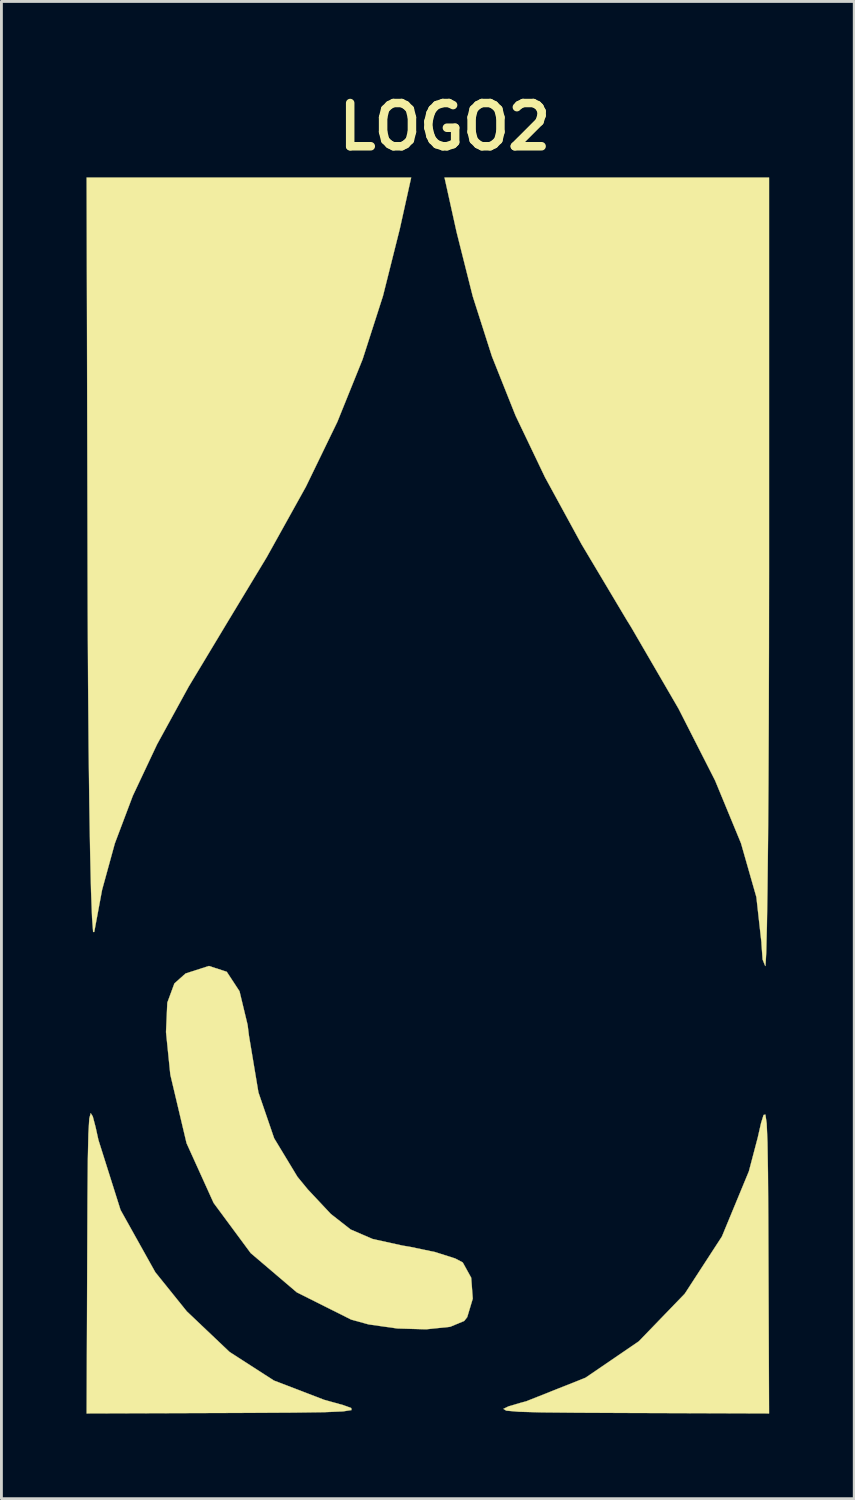
<source format=kicad_pcb>
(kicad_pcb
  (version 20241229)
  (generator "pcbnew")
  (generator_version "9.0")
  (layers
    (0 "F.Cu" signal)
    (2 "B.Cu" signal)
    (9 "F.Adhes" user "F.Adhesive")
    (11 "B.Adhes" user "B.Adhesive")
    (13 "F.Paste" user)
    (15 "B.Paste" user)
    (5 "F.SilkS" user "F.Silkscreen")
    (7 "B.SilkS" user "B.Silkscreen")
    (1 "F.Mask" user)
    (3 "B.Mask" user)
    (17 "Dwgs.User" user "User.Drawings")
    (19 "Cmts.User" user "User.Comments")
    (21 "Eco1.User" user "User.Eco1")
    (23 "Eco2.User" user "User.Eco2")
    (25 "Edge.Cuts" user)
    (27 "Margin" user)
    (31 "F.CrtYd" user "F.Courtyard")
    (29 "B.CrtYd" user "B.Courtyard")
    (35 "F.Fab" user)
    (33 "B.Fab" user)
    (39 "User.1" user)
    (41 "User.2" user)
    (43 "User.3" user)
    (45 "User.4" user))
  (footprint "LOGO2"
    (layer "F.Cu")
    (at 12.037 24.868)
    (property "Reference" "LOGO2" (at 0.6 -23.45 0) (layer "F.SilkS") (effects (font (size 1.524 1.524) (thickness 0.3))))
    (attr through_hole)
    (fp_poly (pts (xy -0.988 -19.852) (xy -1.583 -17.48) (xy -2.301 -15.247) (xy -3.191 -13.043) (xy -4.301 -10.754) (xy -5.682 -8.27) (xy -7.012 -6.069) (xy -8.432 -3.709) (xy -9.55 -1.668) (xy -10.405 0.146) (xy -11.038 1.824) (xy -11.487 3.459) (xy -11.764 4.946) (xy -11.803 4.946) (xy -11.84 4.454) (xy -11.876 3.515) (xy -11.908 2.171) (xy -11.937 0.466) (xy -11.962 -1.558) (xy -11.981 -3.855) (xy -11.994 -6.384) (xy -11.998 -7.687) (xy -12.032 -21.657) (xy -0.588 -21.657) (xy -0.988 -19.852)) (stroke (width 0.01) (type solid)) (fill yes) (layer "F.SilkS"))
    (fp_poly (pts (xy 11.948 11.693) (xy 11.977 12.366) (xy 11.994 13.451) (xy 12.005 14.995) (xy 12.01 16.243) (xy 12.032 21.924) (xy 7.018 21.907) (xy 5.278 21.899) (xy 4.022 21.887) (xy 3.201 21.864) (xy 2.765 21.825) (xy 2.663 21.763) (xy 2.846 21.674) (xy 3.264 21.551) (xy 3.469 21.496) (xy 5.559 20.665) (xy 7.439 19.381) (xy 9.06 17.702) (xy 10.37 15.685) (xy 11.32 13.388) (xy 11.633 12.199) (xy 11.75 11.685) (xy 11.839 11.399) (xy 11.903 11.386) (xy 11.948 11.693)) (stroke (width 0.01) (type solid)) (fill yes) (layer "F.SilkS"))
    (fp_poly (pts (xy -11.816 11.451) (xy -11.717 11.825) (xy -11.616 12.283) (xy -10.837 14.748) (xy -9.612 16.943) (xy -8.501 18.324) (xy -6.991 19.757) (xy -5.428 20.764) (xy -3.653 21.445) (xy -3.469 21.496) (xy -2.977 21.633) (xy -2.701 21.734) (xy -2.691 21.805) (xy -2.997 21.852) (xy -3.669 21.88) (xy -4.758 21.895) (xy -6.313 21.904) (xy -7.018 21.907) (xy -12.032 21.924) (xy -12.01 16.243) (xy -12.002 14.376) (xy -11.99 12.997) (xy -11.97 12.062) (xy -11.938 11.523) (xy -11.888 11.335) (xy -11.816 11.451)) (stroke (width 0.01) (type solid)) (fill yes) (layer "F.SilkS"))
    (fp_poly (pts (xy 12.032 -7.754) (xy 12.029 -5.083) (xy 12.022 -2.582) (xy 12.011 -0.298) (xy 11.996 1.718) (xy 11.977 3.417) (xy 11.956 4.748) (xy 11.933 5.663) (xy 11.908 6.112) (xy 11.898 6.149) (xy 11.805 5.916) (xy 11.764 5.351) (xy 11.764 5.319) (xy 11.585 3.714) (xy 11.043 1.817) (xy 10.131 -0.391) (xy 8.841 -2.927) (xy 7.167 -5.807) (xy 7.007 -6.066) (xy 5.42 -8.727) (xy 4.132 -11.088) (xy 3.094 -13.26) (xy 2.261 -15.35) (xy 1.584 -17.468) (xy 1.017 -19.722) (xy 0.988 -19.852) (xy 0.588 -21.657) (xy 12.032 -21.657) (xy 12.032 -7.754)) (stroke (width 0.01) (type solid)) (fill yes) (layer "F.SilkS"))
    (fp_poly (pts (xy -7.091 6.35) (xy -6.641 7.037) (xy -6.356 8.222) (xy -6.308 8.605) (xy -5.974 10.604) (xy -5.42 12.221) (xy -4.598 13.58) (xy -4.236 14.021) (xy -3.42 14.891) (xy -2.722 15.438) (xy -1.946 15.773) (xy -0.897 16.004) (xy -0.628 16.049) (xy 0.264 16.236) (xy 0.967 16.46) (xy 1.231 16.6) (xy 1.529 17.139) (xy 1.584 17.876) (xy 1.388 18.529) (xy 1.283 18.662) (xy 0.785 18.869) (xy -0.06 18.957) (xy -1.076 18.928) (xy -2.089 18.784) (xy -2.705 18.614) (xy -4.621 17.654) (xy -6.247 16.269) (xy -7.554 14.501) (xy -8.508 12.395) (xy -9.077 9.993) (xy -9.084 9.944) (xy -9.233 8.475) (xy -9.187 7.438) (xy -8.937 6.761) (xy -8.543 6.41) (xy -7.72 6.145) (xy -7.091 6.35)) (stroke (width 0.01) (type solid)) (fill yes) (layer "F.SilkS")))
  (gr_rect
    (start -3 -3)
    (end 27.073 49.797)
    (stroke (width 0.1) (type default))
    (fill no)
    (layer "Edge.Cuts")))
</source>
